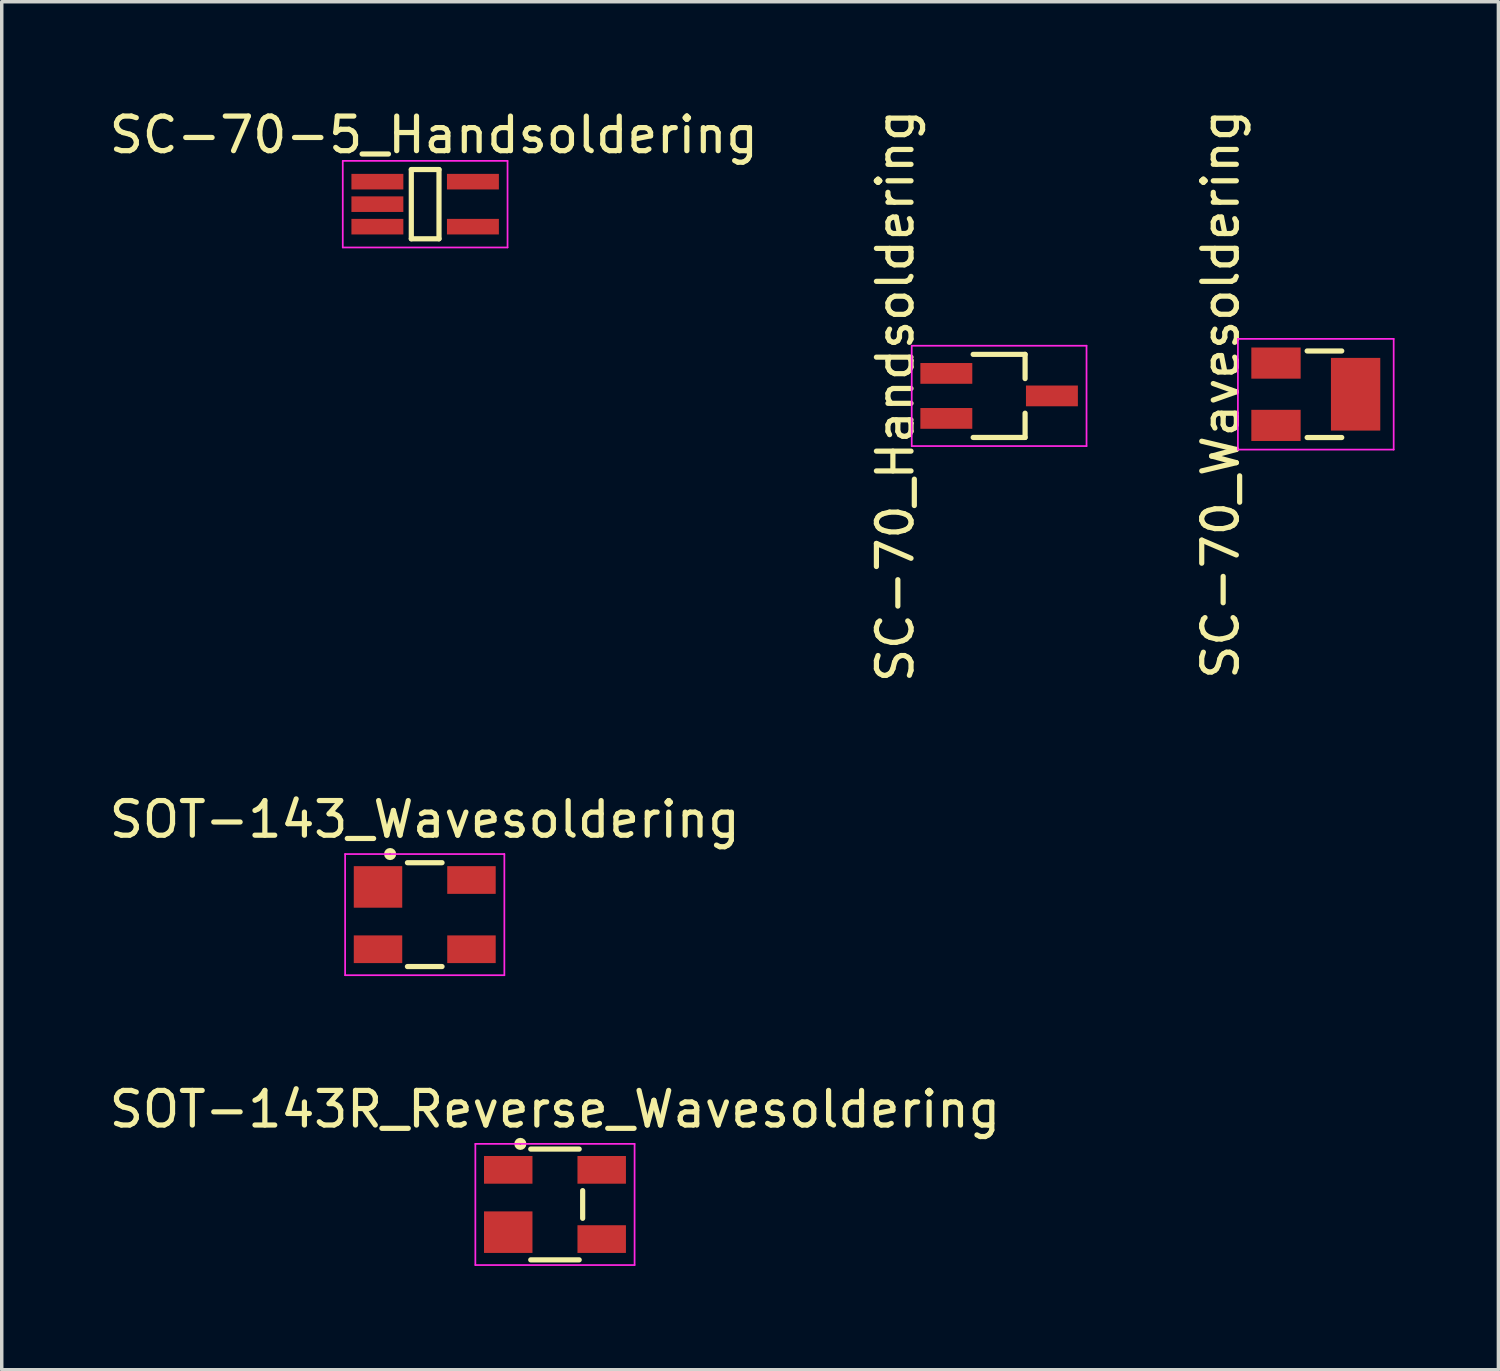
<source format=kicad_pcb>
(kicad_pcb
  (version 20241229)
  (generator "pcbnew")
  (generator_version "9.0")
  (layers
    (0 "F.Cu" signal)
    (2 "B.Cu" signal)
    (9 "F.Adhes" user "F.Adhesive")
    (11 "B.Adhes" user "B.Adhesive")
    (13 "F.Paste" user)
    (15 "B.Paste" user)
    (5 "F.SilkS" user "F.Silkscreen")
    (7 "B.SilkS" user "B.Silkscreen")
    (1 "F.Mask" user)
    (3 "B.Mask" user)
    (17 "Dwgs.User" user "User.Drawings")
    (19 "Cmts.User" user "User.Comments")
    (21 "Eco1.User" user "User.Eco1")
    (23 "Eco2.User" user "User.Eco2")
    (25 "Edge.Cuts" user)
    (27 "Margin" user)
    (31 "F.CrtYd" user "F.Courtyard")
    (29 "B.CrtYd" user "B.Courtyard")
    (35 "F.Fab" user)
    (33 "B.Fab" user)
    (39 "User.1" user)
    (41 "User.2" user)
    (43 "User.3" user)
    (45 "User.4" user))
  (footprint "SOT-143R_Reverse_Wavesoldering"
    (layer "F.Cu")
    (at 12.982 31.745)
    (property "Reference" "SOT-143R_Reverse_Wavesoldering" (at 0 -2.75 0) (layer "F.SilkS") (effects (font (size 1 1) (thickness 0.15))))
    (attr smd)
    (fp_line (start -0.7 -1.6) (end 0.7 -1.6) (stroke (width 0.15) (type solid)) (layer "F.SilkS"))
    (fp_line (start -0.7 1.6) (end 0.7 1.6) (stroke (width 0.15) (type solid)) (layer "F.SilkS"))
    (fp_line (start 0.8 -0.4) (end 0.8 0.4) (stroke (width 0.15) (type solid)) (layer "F.SilkS"))
    (fp_circle (center -1 -1.75) (end -1.1 -1.75) (stroke (width 0.15) (type solid)) (fill no) (layer "F.SilkS"))
    (fp_line (start -2.3 -1.75) (end -2.3 1.75) (stroke (width 0.05) (type solid)) (layer "F.CrtYd"))
    (fp_line (start -2.3 -1.75) (end 2.3 -1.75) (stroke (width 0.05) (type solid)) (layer "F.CrtYd"))
    (fp_line (start -2.3 1.75) (end 2.3 1.75) (stroke (width 0.05) (type solid)) (layer "F.CrtYd"))
    (fp_line (start 2.3 -1.75) (end 2.3 1.75) (stroke (width 0.05) (type solid)) (layer "F.CrtYd"))
    (pad "1" smd rect (at -1.35 -1) (size 1.4 0.8) (layers "F.Cu" "F.Mask" "F.Paste"))
    (pad "2" smd rect (at -1.35 0.8) (size 1.4 1.2) (layers "F.Cu" "F.Mask" "F.Paste"))
    (pad "3" smd rect (at 1.35 -1) (size 1.4 0.8) (layers "F.Cu" "F.Mask" "F.Paste"))
    (pad "4" smd rect (at 1.35 1) (size 1.4 0.8) (layers "F.Cu" "F.Mask" "F.Paste")))
  (footprint "SC-70-5_Handsoldering"
    (layer "F.Cu")
    (at 9.232 2.848)
    (property "Reference" "SC-70-5_Handsoldering" (at 0.25 -2 0) (layer "F.SilkS") (effects (font (size 1 1) (thickness 0.15))))
    (attr smd)
    (fp_line (start -0.4 -1) (end 0.4 -1) (stroke (width 0.15) (type solid)) (layer "F.SilkS"))
    (fp_line (start -0.4 1) (end -0.4 -1) (stroke (width 0.15) (type solid)) (layer "F.SilkS"))
    (fp_line (start -0.4 1) (end 0.4 1) (stroke (width 0.15) (type solid)) (layer "F.SilkS"))
    (fp_line (start 0.4 1) (end 0.4 -1) (stroke (width 0.15) (type solid)) (layer "F.SilkS"))
    (fp_line (start -2.38 -1.25) (end -2.38 1.25) (stroke (width 0.05) (type solid)) (layer "F.CrtYd"))
    (fp_line (start -2.38 -1.25) (end 2.38 -1.25) (stroke (width 0.05) (type solid)) (layer "F.CrtYd"))
    (fp_line (start -2.38 1.25) (end 2.38 1.25) (stroke (width 0.05) (type solid)) (layer "F.CrtYd"))
    (fp_line (start 2.38 -1.25) (end 2.38 1.25) (stroke (width 0.05) (type solid)) (layer "F.CrtYd"))
    (pad "1" smd rect (at -1.38 -0.65) (size 1.5 0.45) (layers "F.Cu" "F.Mask" "F.Paste"))
    (pad "2" smd rect (at -1.38 0) (size 1.5 0.45) (layers "F.Cu" "F.Mask" "F.Paste"))
    (pad "3" smd rect (at -1.38 0.65) (size 1.5 0.45) (layers "F.Cu" "F.Mask" "F.Paste"))
    (pad "4" smd rect (at 1.38 0.65) (size 1.5 0.45) (layers "F.Cu" "F.Mask" "F.Paste"))
    (pad "5" smd rect (at 1.38 -0.65) (size 1.5 0.45) (layers "F.Cu" "F.Mask" "F.Paste")))
  (footprint "SC-70_Wavesoldering"
    (layer "F.Cu")
    (at 34.961 8.339)
    (property "Reference" "SC-70_Wavesoldering" (at -2.75 0 90) (layer "F.SilkS") (effects (font (size 1 1) (thickness 0.15))))
    (attr through_hole)
    (fp_line (start -0.25 -1.25) (end 0.75 -1.25) (stroke (width 0.15) (type solid)) (layer "F.SilkS"))
    (fp_line (start -0.25 1.25) (end 0.75 1.25) (stroke (width 0.15) (type solid)) (layer "F.SilkS"))
    (fp_line (start -2.25 -1.6) (end -2.25 1.6) (stroke (width 0.05) (type solid)) (layer "F.CrtYd"))
    (fp_line (start -2.25 -1.6) (end 2.25 -1.6) (stroke (width 0.05) (type solid)) (layer "F.CrtYd"))
    (fp_line (start -2.25 1.6) (end 2.25 1.6) (stroke (width 0.05) (type solid)) (layer "F.CrtYd"))
    (fp_line (start 2.25 -1.6) (end 2.25 1.6) (stroke (width 0.05) (type solid)) (layer "F.CrtYd"))
    (pad "1" smd rect (at -1.15 -0.9) (size 1.425 0.9) (layers "F.Cu" "F.Mask" "F.Paste"))
    (pad "2" smd rect (at -1.15 0.9) (size 1.425 0.9) (layers "F.Cu" "F.Mask" "F.Paste"))
    (pad "3" smd rect (at 1.15 0) (size 1.425 2.1) (layers "F.Cu" "F.Mask" "F.Paste")))
  (footprint "SOT-143_Wavesoldering"
    (layer "F.Cu")
    (at 9.22 23.372)
    (property "Reference" "SOT-143_Wavesoldering" (at 0 -2.75 0) (layer "F.SilkS") (effects (font (size 1 1) (thickness 0.15))))
    (attr smd)
    (fp_line (start -0.5 -1.5) (end 0.5 -1.5) (stroke (width 0.15) (type solid)) (layer "F.SilkS"))
    (fp_line (start -0.5 1.5) (end 0.5 1.5) (stroke (width 0.15) (type solid)) (layer "F.SilkS"))
    (fp_circle (center -1 -1.75) (end -1.1 -1.75) (stroke (width 0.15) (type solid)) (fill no) (layer "F.SilkS"))
    (fp_line (start -2.3 -1.75) (end -2.3 1.75) (stroke (width 0.05) (type solid)) (layer "F.CrtYd"))
    (fp_line (start -2.3 -1.75) (end 2.3 -1.75) (stroke (width 0.05) (type solid)) (layer "F.CrtYd"))
    (fp_line (start -2.3 1.75) (end 2.3 1.75) (stroke (width 0.05) (type solid)) (layer "F.CrtYd"))
    (fp_line (start 2.3 -1.75) (end 2.3 1.75) (stroke (width 0.05) (type solid)) (layer "F.CrtYd"))
    (pad "1" smd rect (at -1.35 -0.8) (size 1.4 1.2) (layers "F.Cu" "F.Mask" "F.Paste"))
    (pad "2" smd rect (at -1.35 1) (size 1.4 0.8) (layers "F.Cu" "F.Mask" "F.Paste"))
    (pad "3" smd rect (at 1.35 -1) (size 1.4 0.8) (layers "F.Cu" "F.Mask" "F.Paste"))
    (pad "4" smd rect (at 1.35 1) (size 1.4 0.8) (layers "F.Cu" "F.Mask" "F.Paste")))
  (footprint "SC-70_Handsoldering"
    (layer "F.Cu")
    (at 25.813 8.387)
    (property "Reference" "SC-70_Handsoldering" (at -3 0 90) (layer "F.SilkS") (effects (font (size 1 1) (thickness 0.15))))
    (attr through_hole)
    (fp_line (start -0.75 -1.2) (end 0.75 -1.2) (stroke (width 0.15) (type solid)) (layer "F.SilkS"))
    (fp_line (start -0.75 1.2) (end 0.75 1.2) (stroke (width 0.15) (type solid)) (layer "F.SilkS"))
    (fp_line (start 0.75 -1.2) (end 0.75 -0.5) (stroke (width 0.15) (type solid)) (layer "F.SilkS"))
    (fp_line (start 0.75 1.2) (end 0.75 0.5) (stroke (width 0.15) (type solid)) (layer "F.SilkS"))
    (fp_line (start -2.525 -1.45) (end -2.525 1.45) (stroke (width 0.05) (type solid)) (layer "F.CrtYd"))
    (fp_line (start -2.525 -1.45) (end 2.525 -1.45) (stroke (width 0.05) (type solid)) (layer "F.CrtYd"))
    (fp_line (start -2.525 1.45) (end 2.525 1.45) (stroke (width 0.05) (type solid)) (layer "F.CrtYd"))
    (fp_line (start 2.525 -1.45) (end 2.525 1.45) (stroke (width 0.05) (type solid)) (layer "F.CrtYd"))
    (pad "1" smd rect (at -1.525 -0.65) (size 1.5 0.6) (layers "F.Cu" "F.Mask" "F.Paste"))
    (pad "2" smd rect (at -1.525 0.65) (size 1.5 0.6) (layers "F.Cu" "F.Mask" "F.Paste"))
    (pad "3" smd rect (at 1.525 0) (size 1.5 0.6) (layers "F.Cu" "F.Mask" "F.Paste")))
  (gr_rect
    (start -3 -3)
    (end 40.236 36.52)
    (stroke (width 0.1) (type default))
    (fill no)
    (layer "Edge.Cuts")))
</source>
